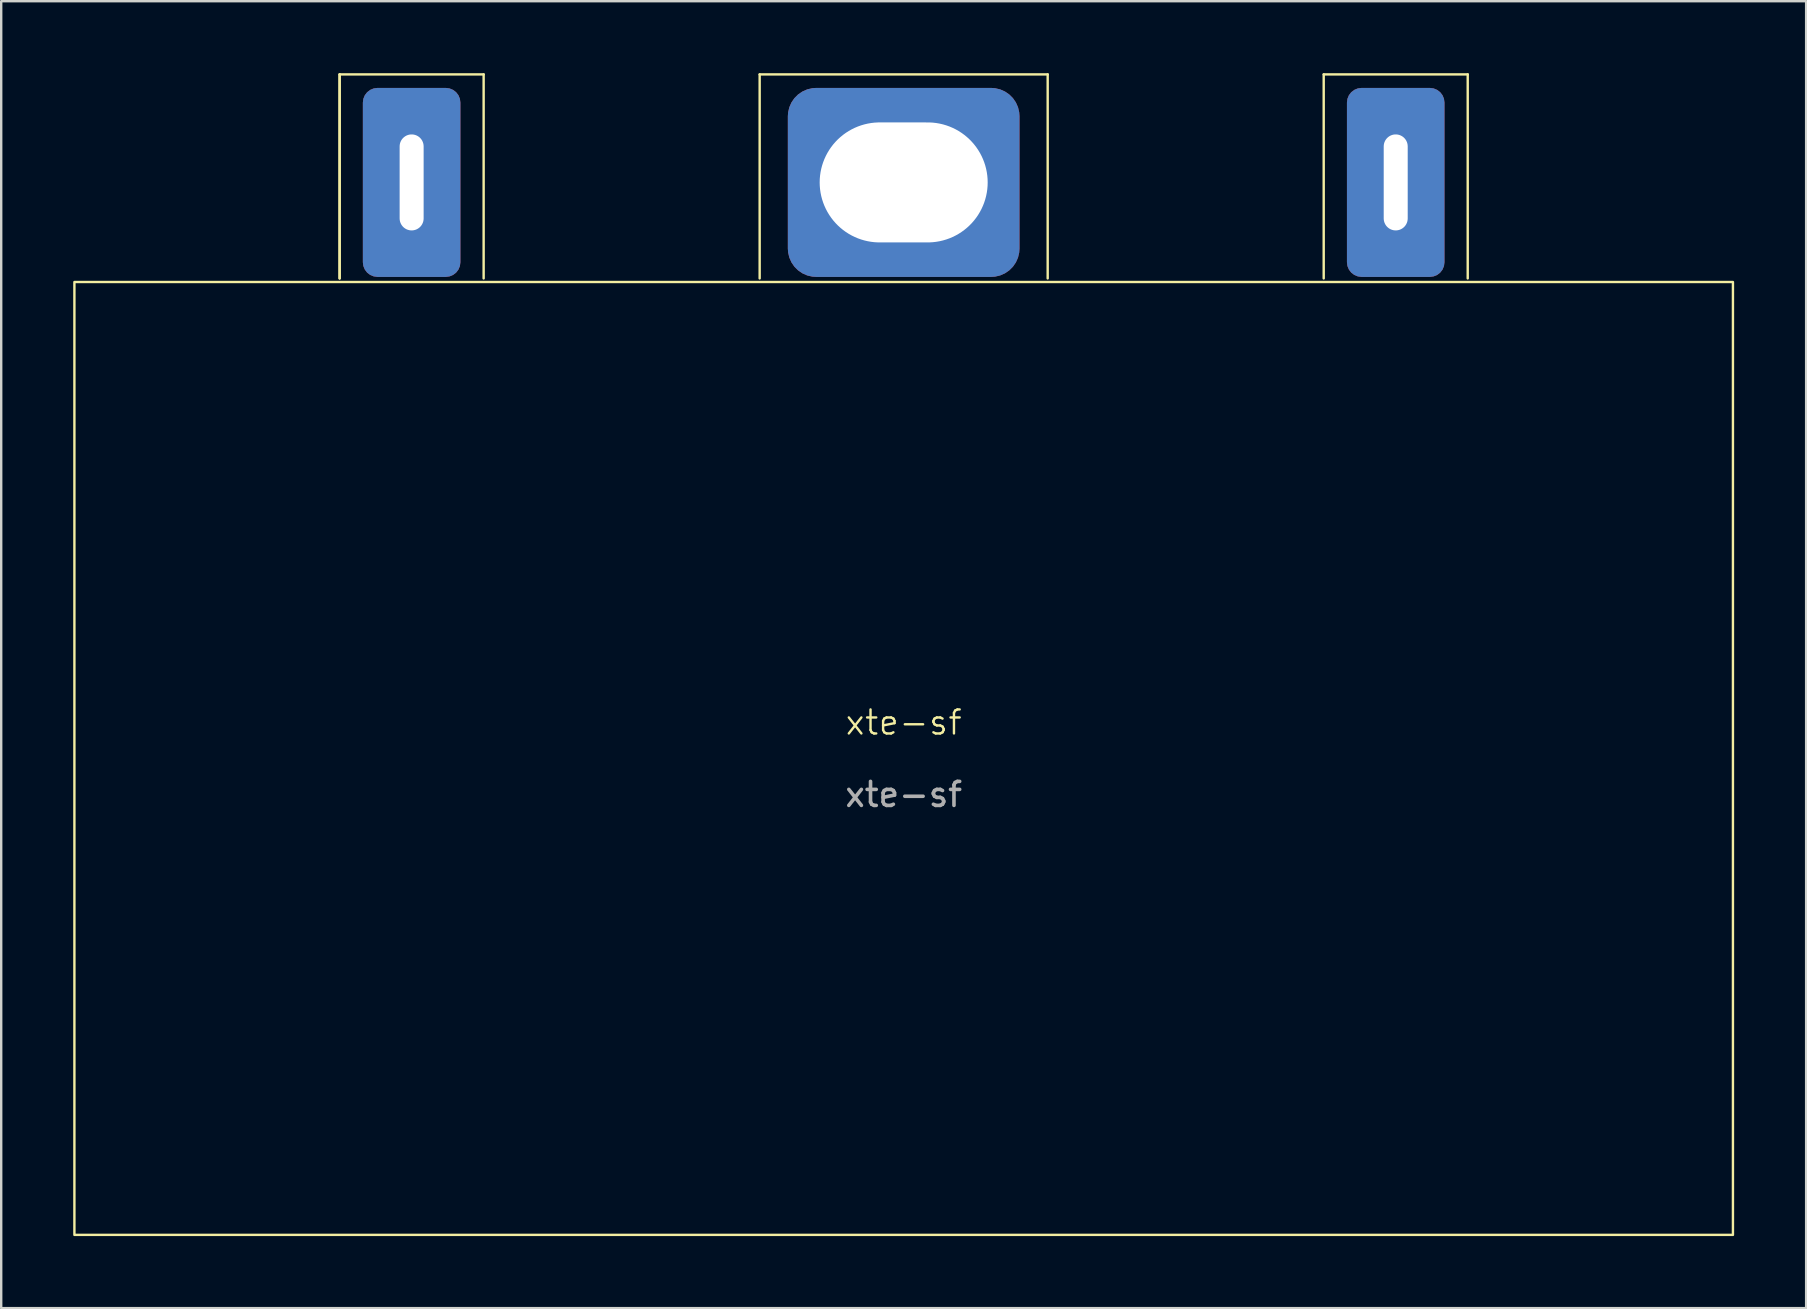
<source format=kicad_pcb>
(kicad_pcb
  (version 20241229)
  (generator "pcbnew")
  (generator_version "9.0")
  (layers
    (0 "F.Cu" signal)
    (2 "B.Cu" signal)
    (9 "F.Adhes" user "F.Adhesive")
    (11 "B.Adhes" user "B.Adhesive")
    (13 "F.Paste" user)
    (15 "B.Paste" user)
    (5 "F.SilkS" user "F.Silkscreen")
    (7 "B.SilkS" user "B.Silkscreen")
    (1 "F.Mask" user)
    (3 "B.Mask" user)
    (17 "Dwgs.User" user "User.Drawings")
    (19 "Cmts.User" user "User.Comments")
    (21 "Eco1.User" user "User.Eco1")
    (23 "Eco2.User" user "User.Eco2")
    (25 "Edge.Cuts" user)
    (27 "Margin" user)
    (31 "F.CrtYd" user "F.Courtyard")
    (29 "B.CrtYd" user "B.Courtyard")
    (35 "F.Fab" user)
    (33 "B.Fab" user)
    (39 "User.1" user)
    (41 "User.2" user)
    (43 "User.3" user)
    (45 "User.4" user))
  (footprint "xte-sf"
    (layer "F.Cu")
    (at 34.6 28.55)
    (property "Reference" "xte-sf" (at 0 -1.5 0) (unlocked yes) (layer "F.SilkS") (effects (font (size 1 1) (thickness 0.1))))
    (attr smd)
    (fp_line (start -23.5 -28.5) (end -23.5 -20) (stroke (width 0.1) (type default)) (layer "F.SilkS"))
    (fp_line (start -23.5 -28.5) (end -17.5 -28.5) (stroke (width 0.1) (type default)) (layer "F.SilkS"))
    (fp_line (start -23.5 -20) (end -23.5 -28.5) (stroke (width 0.1) (type default)) (layer "F.SilkS"))
    (fp_line (start -17.5 -28.5) (end -17.5 -20) (stroke (width 0.1) (type default)) (layer "F.SilkS"))
    (fp_line (start -6 -28.5) (end -6 -20) (stroke (width 0.1) (type default)) (layer "F.SilkS"))
    (fp_line (start -6 -28.5) (end 6 -28.5) (stroke (width 0.1) (type default)) (layer "F.SilkS"))
    (fp_line (start 6 -28.5) (end 6 -20) (stroke (width 0.1) (type default)) (layer "F.SilkS"))
    (fp_line (start 17.5 -28.5) (end 23.5 -28.5) (stroke (width 0.1) (type default)) (layer "F.SilkS"))
    (fp_line (start 17.5 -20) (end 17.5 -28.5) (stroke (width 0.1) (type default)) (layer "F.SilkS"))
    (fp_line (start 23.5 -28.5) (end 23.5 -20) (stroke (width 0.1) (type default)) (layer "F.SilkS"))
    (fp_rect (start -34.55 -19.85) (end 34.55 19.85) (stroke (width 0.1) (type solid)) (fill no) (layer "F.SilkS"))
    (fp_text user "${REFERENCE}" (at 0 1.5 0) (unlocked yes) (layer "F.Fab") (effects (font (size 1 1) (thickness 0.15))))
    (pad "1" thru_hole roundrect (at 0 -24) (size 9.652 7.874) (drill oval 7 5) (layers "*.Cu" "*.Mask") (roundrect_rratio 0.15))
    (pad "2" thru_hole roundrect (at -20.5 -24) (size 4.064 7.874) (drill oval 1 4) (layers "*.Cu" "*.Mask") (roundrect_rratio 0.15))
    (pad "3" thru_hole roundrect (at 20.5 -24) (size 4.064 7.874) (drill oval 1 4) (layers "*.Cu" "*.Mask") (roundrect_rratio 0.15)))
  (gr_rect
    (start -3 -3)
    (end 72.2 51.45)
    (stroke (width 0.1) (type default))
    (fill no)
    (layer "Edge.Cuts")))
</source>
